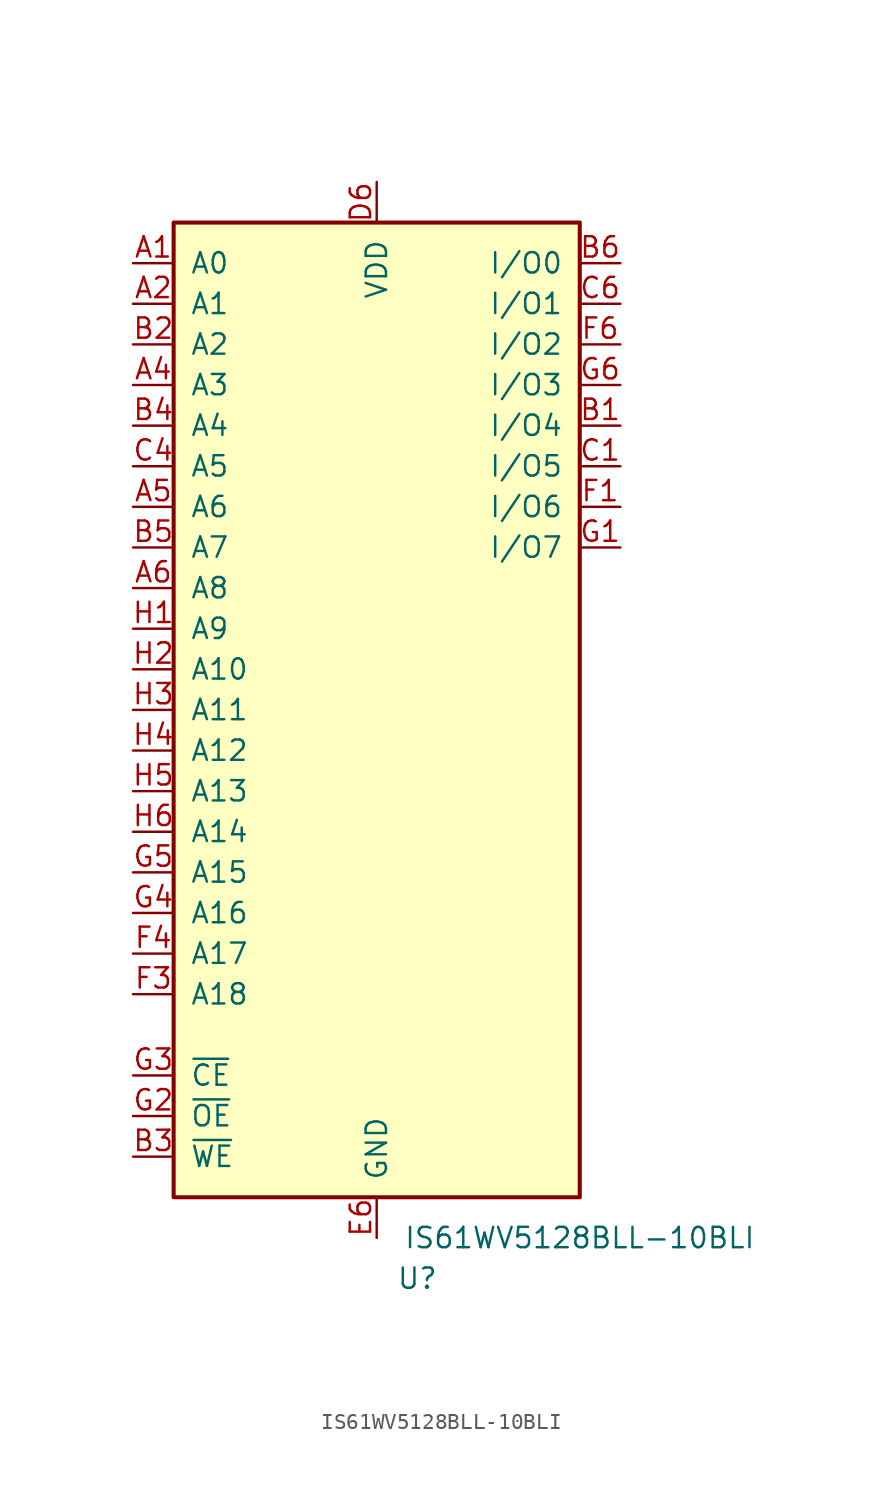
<source format=kicad_sym>
(kicad_symbol_lib
  (version 20211014)
  (generator kicad_symbol_editor)
  (symbol "IS61WV5128BLL-10BLI"
    (pin_names
      (offset 1.016))
    (property "Reference" "U"
      (at 2.54 -36.83 0)
      (effects (font (size 1.27 1.27))))
    (property "Value" "IS61WV5128BLL-10BLI"
      (at 12.7 -34.29 0)
      (effects (font (size 1.27 1.27))))
    (symbol "IS61WV5128BLL-10BLI_1_1"
      (rectangle (start -12.7 29.21) (end 12.7 -31.75) (stroke (width 0.254) (type default) (color 0 0 0 0)) (fill (type background)))
      (pin input line (at -15.24 26.67 0) (length 2.54) (name "A0" (effects (font (size 1.27 1.27)))) (number "A1" (effects (font (size 1.27 1.27)))))
      (pin input line (at -15.24 24.13 0) (length 2.54) (name "A1" (effects (font (size 1.27 1.27)))) (number "A2" (effects (font (size 1.27 1.27)))))
      (pin input line (at -15.24 19.05 0) (length 2.54) (name "A3" (effects (font (size 1.27 1.27)))) (number "A4" (effects (font (size 1.27 1.27)))))
      (pin input line (at -15.24 11.43 0) (length 2.54) (name "A6" (effects (font (size 1.27 1.27)))) (number "A5" (effects (font (size 1.27 1.27)))))
      (pin input line (at -15.24 6.35 0) (length 2.54) (name "A8" (effects (font (size 1.27 1.27)))) (number "A6" (effects (font (size 1.27 1.27)))))
      (pin bidirectional line (at 15.24 16.51 180) (length 2.54) (name "I/O4" (effects (font (size 1.27 1.27)))) (number "B1" (effects (font (size 1.27 1.27)))))
      (pin input line (at -15.24 21.59 0) (length 2.54) (name "A2" (effects (font (size 1.27 1.27)))) (number "B2" (effects (font (size 1.27 1.27)))))
      (pin input line (at -15.24 -29.21 0) (length 2.54) (name "~{WE}" (effects (font (size 1.27 1.27)))) (number "B3" (effects (font (size 1.27 1.27)))))
      (pin input line (at -15.24 16.51 0) (length 2.54) (name "A4" (effects (font (size 1.27 1.27)))) (number "B4" (effects (font (size 1.27 1.27)))))
      (pin input line (at -15.24 8.89 0) (length 2.54) (name "A7" (effects (font (size 1.27 1.27)))) (number "B5" (effects (font (size 1.27 1.27)))))
      (pin bidirectional line (at 15.24 26.67 180) (length 2.54) (name "I/O0" (effects (font (size 1.27 1.27)))) (number "B6" (effects (font (size 1.27 1.27)))))
      (pin bidirectional line (at 15.24 13.97 180) (length 2.54) (name "I/O5" (effects (font (size 1.27 1.27)))) (number "C1" (effects (font (size 1.27 1.27)))))
      (pin no_connect line (at 12.7 -29.21 180) (length 2.54) hide (name "NC" (effects (font (size 1.27 1.27)))) (number "C3" (effects (font (size 1.27 1.27)))))
      (pin input line (at -15.24 13.97 0) (length 2.54) (name "A5" (effects (font (size 1.27 1.27)))) (number "C4" (effects (font (size 1.27 1.27)))))
      (pin bidirectional line (at 15.24 24.13 180) (length 2.54) (name "I/O1" (effects (font (size 1.27 1.27)))) (number "C6" (effects (font (size 1.27 1.27)))))
      (pin passive line (at 0 -34.29 90) (length 2.54) hide (name "GND" (effects (font (size 1.27 1.27)))) (number "D1" (effects (font (size 1.27 1.27)))))
      (pin power_in line (at 0 31.75 270) (length 2.54) (name "VDD" (effects (font (size 1.27 1.27)))) (number "D6" (effects (font (size 1.27 1.27)))))
      (pin passive line (at 0 31.75 270) (length 2.54) hide (name "VDD" (effects (font (size 1.27 1.27)))) (number "E1" (effects (font (size 1.27 1.27)))))
      (pin power_in line (at 0 -34.29 90) (length 2.54) (name "GND" (effects (font (size 1.27 1.27)))) (number "E6" (effects (font (size 1.27 1.27)))))
      (pin bidirectional line (at 15.24 11.43 180) (length 2.54) (name "I/O6" (effects (font (size 1.27 1.27)))) (number "F1" (effects (font (size 1.27 1.27)))))
      (pin input line (at -15.24 -19.05 0) (length 2.54) (name "A18" (effects (font (size 1.27 1.27)))) (number "F3" (effects (font (size 1.27 1.27)))))
      (pin input line (at -15.24 -16.51 0) (length 2.54) (name "A17" (effects (font (size 1.27 1.27)))) (number "F4" (effects (font (size 1.27 1.27)))))
      (pin bidirectional line (at 15.24 21.59 180) (length 2.54) (name "I/O2" (effects (font (size 1.27 1.27)))) (number "F6" (effects (font (size 1.27 1.27)))))
      (pin bidirectional line (at 15.24 8.89 180) (length 2.54) (name "I/O7" (effects (font (size 1.27 1.27)))) (number "G1" (effects (font (size 1.27 1.27)))))
      (pin input line (at -15.24 -26.67 0) (length 2.54) (name "~{OE}" (effects (font (size 1.27 1.27)))) (number "G2" (effects (font (size 1.27 1.27)))))
      (pin input line (at -15.24 -24.13 0) (length 2.54) (name "~{CE}" (effects (font (size 1.27 1.27)))) (number "G3" (effects (font (size 1.27 1.27)))))
      (pin input line (at -15.24 -13.97 0) (length 2.54) (name "A16" (effects (font (size 1.27 1.27)))) (number "G4" (effects (font (size 1.27 1.27)))))
      (pin input line (at -15.24 -11.43 0) (length 2.54) (name "A15" (effects (font (size 1.27 1.27)))) (number "G5" (effects (font (size 1.27 1.27)))))
      (pin bidirectional line (at 15.24 19.05 180) (length 2.54) (name "I/O3" (effects (font (size 1.27 1.27)))) (number "G6" (effects (font (size 1.27 1.27)))))
      (pin input line (at -15.24 3.81 0) (length 2.54) (name "A9" (effects (font (size 1.27 1.27)))) (number "H1" (effects (font (size 1.27 1.27)))))
      (pin input line (at -15.24 1.27 0) (length 2.54) (name "A10" (effects (font (size 1.27 1.27)))) (number "H2" (effects (font (size 1.27 1.27)))))
      (pin input line (at -15.24 -1.27 0) (length 2.54) (name "A11" (effects (font (size 1.27 1.27)))) (number "H3" (effects (font (size 1.27 1.27)))))
      (pin input line (at -15.24 -3.81 0) (length 2.54) (name "A12" (effects (font (size 1.27 1.27)))) (number "H4" (effects (font (size 1.27 1.27)))))
      (pin input line (at -15.24 -6.35 0) (length 2.54) (name "A13" (effects (font (size 1.27 1.27)))) (number "H5" (effects (font (size 1.27 1.27)))))
      (pin input line (at -15.24 -8.89 0) (length 2.54) (name "A14" (effects (font (size 1.27 1.27)))) (number "H6" (effects (font (size 1.27 1.27))))))))
</source>
